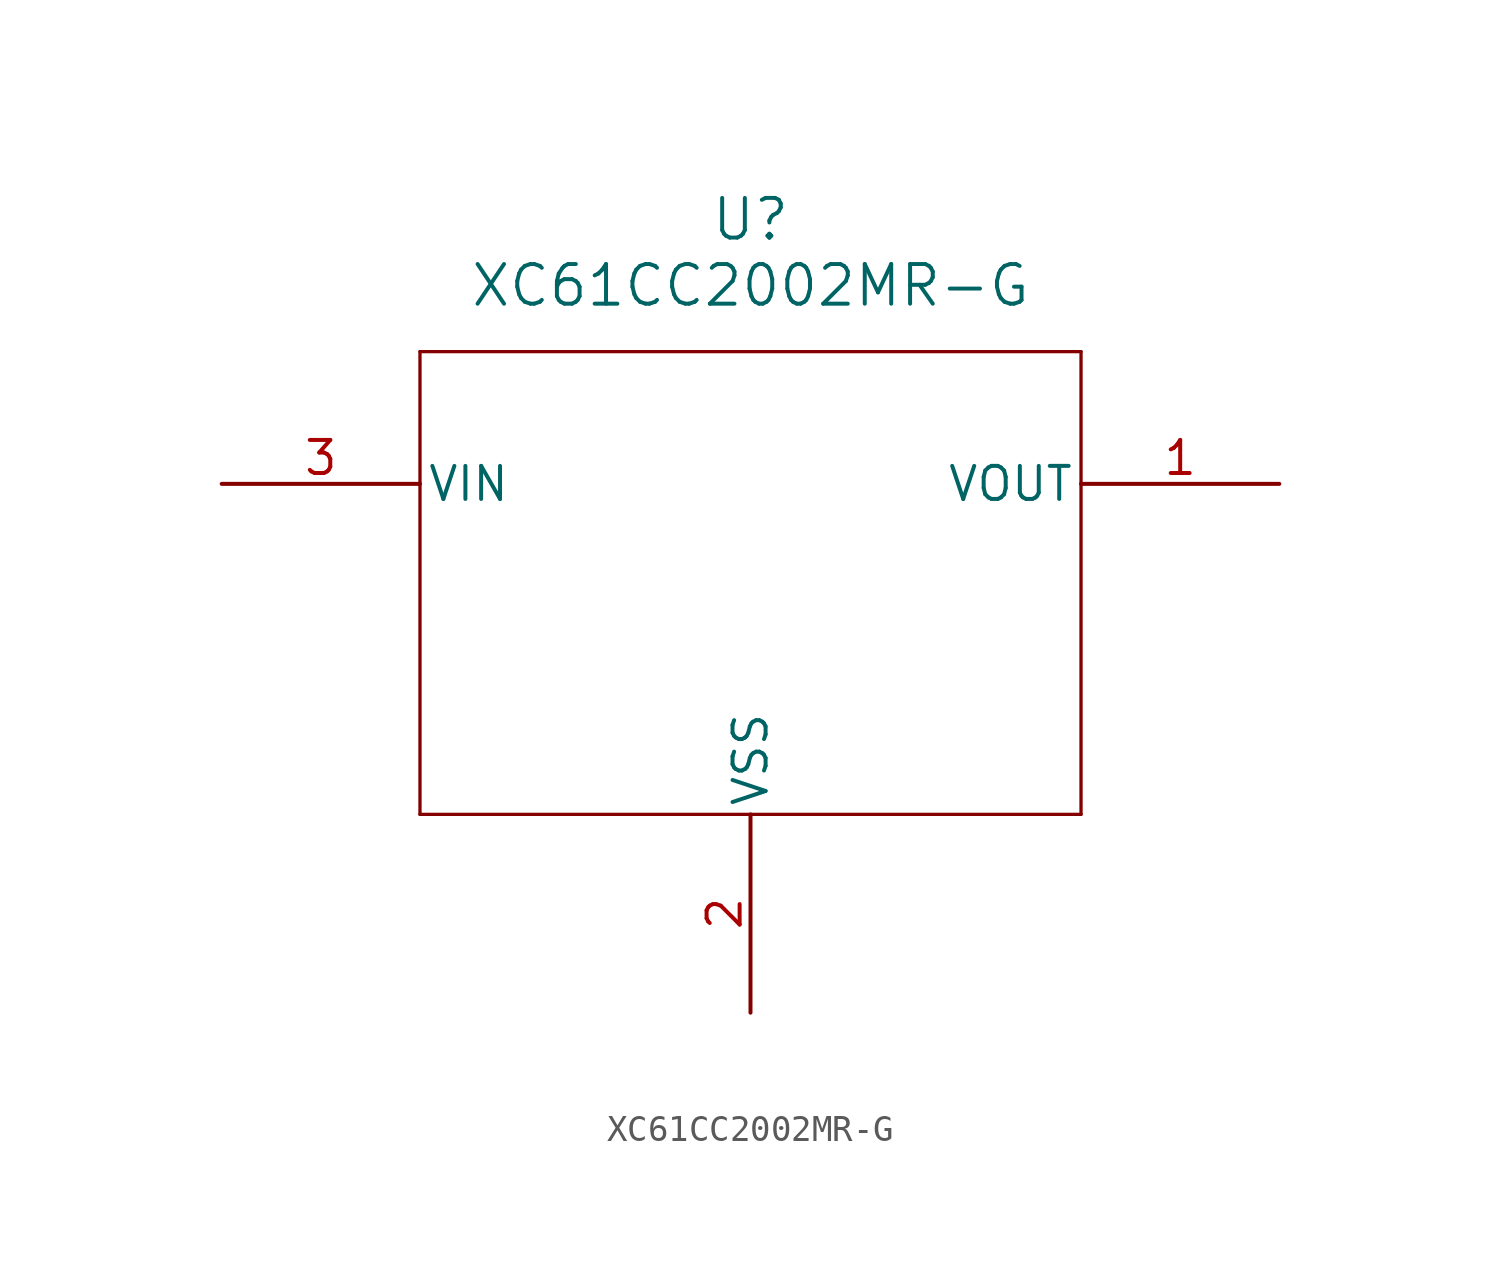
<source format=kicad_sym>
(kicad_symbol_lib
  (version 20211014)
  (generator kicad_symbol_editor)
  (symbol "XC61CC2002MR-G"
    (pin_names
      (offset 0.254))
    (property "Reference" "U"
      (at 20.32 10.16 0)
      (effects (font (size 1.524 1.524))))
    (property "Value" "XC61CC2002MR-G"
      (at 20.32 7.62 0)
      (effects (font (size 1.524 1.524))))
    (symbol "XC61CC2002MR-G_0_1"
      (polyline (pts (xy 7.62 5.08) (xy 7.62 -12.7)) (stroke (width 0.127) (type default) (color 0 0 0 0)) (fill (type none)))
      (polyline (pts (xy 7.62 -12.7) (xy 33.02 -12.7)) (stroke (width 0.127) (type default) (color 0 0 0 0)) (fill (type none)))
      (polyline (pts (xy 33.02 -12.7) (xy 33.02 5.08)) (stroke (width 0.127) (type default) (color 0 0 0 0)) (fill (type none)))
      (polyline (pts (xy 33.02 5.08) (xy 7.62 5.08)) (stroke (width 0.127) (type default) (color 0 0 0 0)) (fill (type none)))
      (pin output line (at 40.64 0 180) (length 7.62) (name "VOUT" (effects (font (size 1.27 1.27)))) (number "1" (effects (font (size 1.27 1.27)))))
      (pin power_out line (at 20.32 -20.32 90) (length 7.62) (name "VSS" (effects (font (size 1.27 1.27)))) (number "2" (effects (font (size 1.27 1.27)))))
      (pin power_in line (at 0 0 0) (length 7.62) (name "VIN" (effects (font (size 1.27 1.27)))) (number "3" (effects (font (size 1.27 1.27))))))))
</source>
